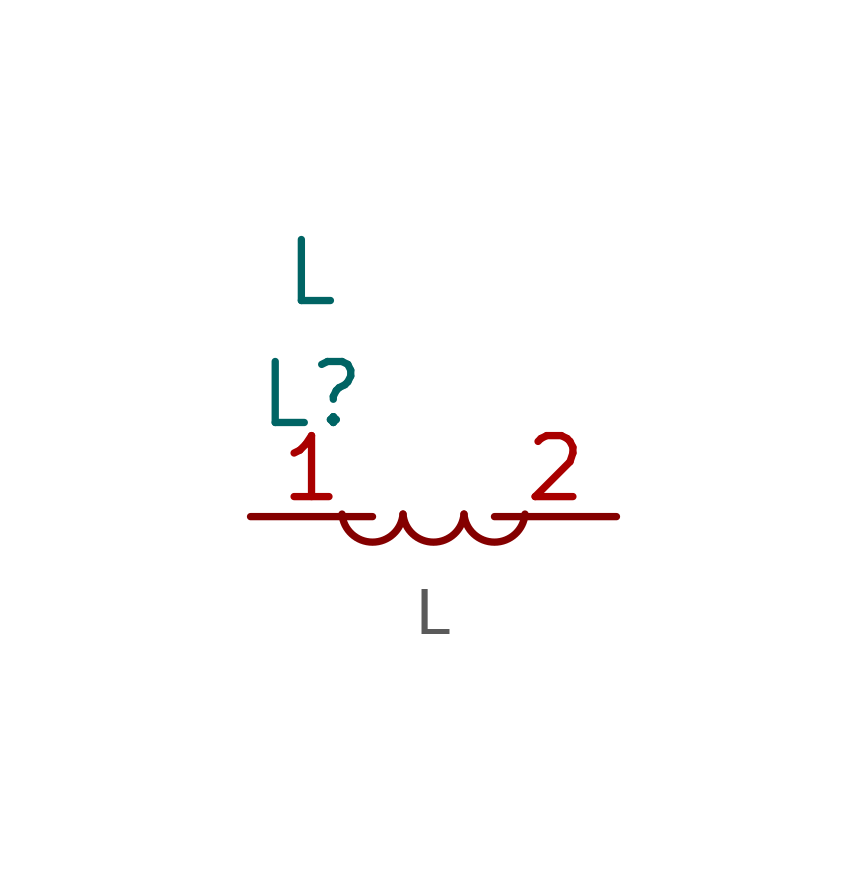
<source format=kicad_sym>
(kicad_symbol_lib
  (version 20211014)
  (generator kicad_symbol_editor)
  (symbol "L"
    (property "Reference" "L"
      (at 1.27 1.27 0)
      (effects (font (size 1.27 1.27))))
    (property "Value" "L"
      (at 1.27 3.81 0)
      (effects (font (size 1.27 1.27))))
    (symbol "L_0_1"
      (arc (start 1.905 -1.2171) (mid 2.54 -1.9072) (end 3.175 -1.2171) (stroke (width 0) (type default) (color 0 0 0 0)) (fill (type none)))
      (arc (start 3.175 -1.2171) (mid 3.81 -1.9072) (end 4.445 -1.2171) (stroke (width 0) (type default) (color 0 0 0 0)) (fill (type none)))
      (arc (start 4.445 -1.2171) (mid 5.08 -1.9072) (end 5.715 -1.2171) (stroke (width 0) (type default) (color 0 0 0 0)) (fill (type none))))
    (symbol "L_1_1"
      (pin power_in line (at 0 -1.27 0) (length 2.54) (name "" (effects (font (size 1.27 1.27)))) (number "1" (effects (font (size 1.27 1.27)))))
      (pin power_out line (at 7.62 -1.27 180) (length 2.54) (name "" (effects (font (size 1.27 1.27)))) (number "2" (effects (font (size 1.27 1.27))))))))
</source>
